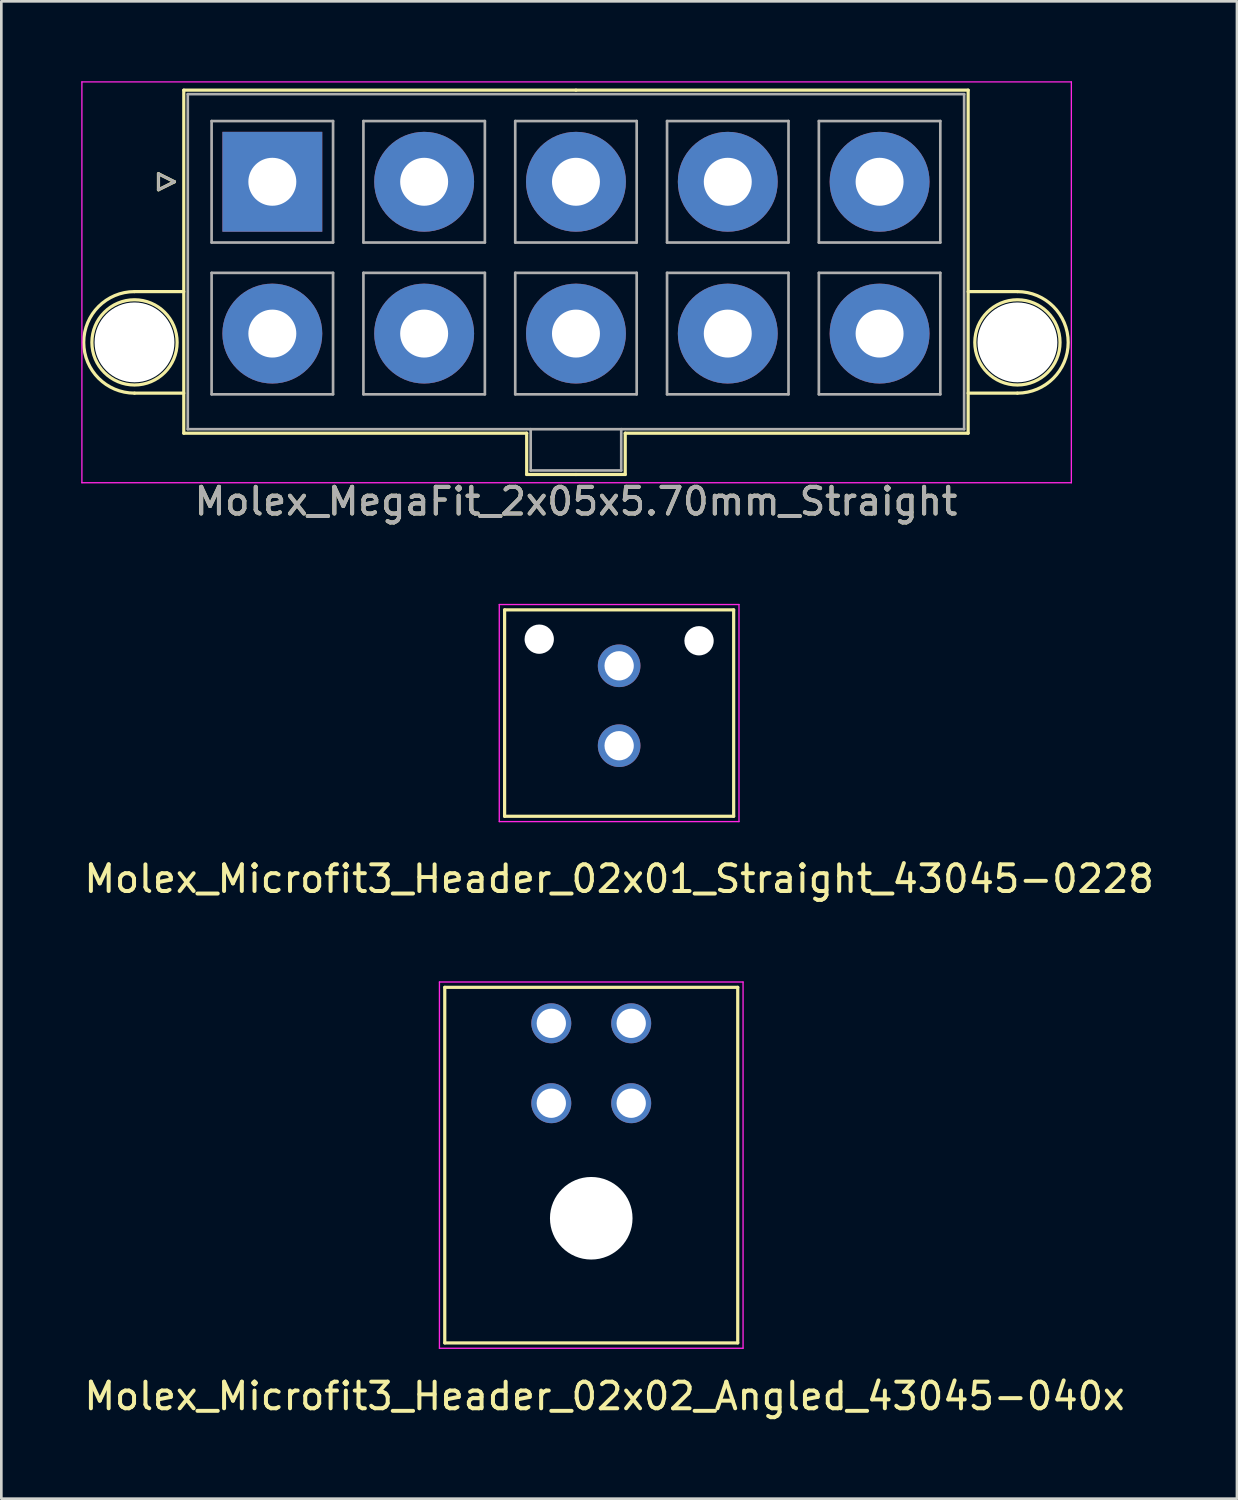
<source format=kicad_pcb>
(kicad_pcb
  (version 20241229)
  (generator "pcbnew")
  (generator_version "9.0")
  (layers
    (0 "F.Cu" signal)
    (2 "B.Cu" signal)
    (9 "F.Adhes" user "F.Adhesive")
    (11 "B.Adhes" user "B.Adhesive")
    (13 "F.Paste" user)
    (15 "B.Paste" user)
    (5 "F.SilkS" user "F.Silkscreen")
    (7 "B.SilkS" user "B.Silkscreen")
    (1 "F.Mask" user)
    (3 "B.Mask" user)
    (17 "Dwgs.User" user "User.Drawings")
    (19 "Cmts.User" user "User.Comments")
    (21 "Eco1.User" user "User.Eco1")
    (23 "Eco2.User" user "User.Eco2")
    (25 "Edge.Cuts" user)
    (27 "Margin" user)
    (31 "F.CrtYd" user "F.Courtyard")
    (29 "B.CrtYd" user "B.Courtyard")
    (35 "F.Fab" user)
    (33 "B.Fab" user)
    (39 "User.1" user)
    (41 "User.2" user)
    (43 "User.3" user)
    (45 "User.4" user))
  (footprint "Molex_Microfit3_Header_02x02_Angled_43045-040x"
    (layer "F.Cu")
    (at 20.649 38.371)
    (property "Reference" "Molex_Microfit3_Header_02x02_Angled_43045-040x" (at -1 11 0) (layer "F.SilkS") (effects (font (size 1 1) (thickness 0.15))))
    (attr through_hole)
    (fp_line (start -7 -4.35) (end 4 -4.35) (stroke (width 0.12) (type solid)) (layer "F.SilkS"))
    (fp_line (start -7 9) (end -7 -4.35) (stroke (width 0.12) (type solid)) (layer "F.SilkS"))
    (fp_line (start 4 -4.35) (end 4 9) (stroke (width 0.12) (type solid)) (layer "F.SilkS"))
    (fp_line (start 4 9) (end -7 9) (stroke (width 0.12) (type solid)) (layer "F.SilkS"))
    (fp_line (start -7.2 -4.55) (end -7.2 9.2) (stroke (width 0.05) (type solid)) (layer "F.CrtYd"))
    (fp_line (start -7.2 9.2) (end 4.2 9.2) (stroke (width 0.05) (type solid)) (layer "F.CrtYd"))
    (fp_line (start 4.2 -4.55) (end -7.2 -4.55) (stroke (width 0.05) (type solid)) (layer "F.CrtYd"))
    (fp_line (start 4.2 9.2) (end 4.2 -4.55) (stroke (width 0.05) (type solid)) (layer "F.CrtYd"))
    (pad "" np_thru_hole circle (at -1.5 4.32) (size 3.1 3.1) (drill 3.1) (layers "*.Cu" "*.Mask"))
    (pad "1" thru_hole circle (at 0 0) (size 1.5 1.5) (drill 1.1) (layers "*.Cu" "*.Mask"))
    (pad "2" thru_hole circle (at -3 0) (size 1.5 1.5) (drill 1.1) (layers "*.Cu" "*.Mask"))
    (pad "3" thru_hole circle (at 0 -3) (size 1.5 1.5) (drill 1.1) (layers "*.Cu" "*.Mask"))
    (pad "4" thru_hole circle (at -3 -3) (size 1.5 1.5) (drill 1.1) (layers "*.Cu" "*.Mask")))
  (footprint "Molex_MegaFit_2x05x5.70mm_Straight"
    (layer "F.Cu")
    (at 7.175 3.775)
    (property "Reference" "Molex_MegaFit_2x05x5.70mm_Straight" (at 11.4 12 0) (layer "F.SilkS") (effects (font (size 1 1) (thickness 0.15))))
    (attr through_hole)
    (fp_line (start -5.175 4.124) (end -3.325 4.124) (stroke (width 0.12) (type solid)) (layer "F.SilkS"))
    (fp_line (start -5.175 7.936) (end -3.325 7.936) (stroke (width 0.12) (type solid)) (layer "F.SilkS"))
    (fp_line (start -4.275 -0.3) (end -3.675 0) (stroke (width 0.12) (type solid)) (layer "F.SilkS"))
    (fp_line (start -4.275 0.3) (end -4.275 -0.3) (stroke (width 0.12) (type solid)) (layer "F.SilkS"))
    (fp_line (start -3.675 0) (end -4.275 0.3) (stroke (width 0.12) (type solid)) (layer "F.SilkS"))
    (fp_line (start -3.325 -3.44) (end -3.325 9.44) (stroke (width 0.12) (type solid)) (layer "F.SilkS"))
    (fp_line (start -3.325 9.44) (end 9.55 9.44) (stroke (width 0.12) (type solid)) (layer "F.SilkS"))
    (fp_line (start 9.55 9.44) (end 9.55 10.99) (stroke (width 0.12) (type solid)) (layer "F.SilkS"))
    (fp_line (start 9.55 10.99) (end 11.4 10.99) (stroke (width 0.12) (type solid)) (layer "F.SilkS"))
    (fp_line (start 11.4 -3.44) (end -3.325 -3.44) (stroke (width 0.12) (type solid)) (layer "F.SilkS"))
    (fp_line (start 11.4 -3.44) (end 26.125 -3.44) (stroke (width 0.12) (type solid)) (layer "F.SilkS"))
    (fp_line (start 13.25 9.44) (end 13.25 10.99) (stroke (width 0.12) (type solid)) (layer "F.SilkS"))
    (fp_line (start 13.25 10.99) (end 11.4 10.99) (stroke (width 0.12) (type solid)) (layer "F.SilkS"))
    (fp_line (start 26.125 -3.44) (end 26.125 9.44) (stroke (width 0.12) (type solid)) (layer "F.SilkS"))
    (fp_line (start 26.125 9.44) (end 13.25 9.44) (stroke (width 0.12) (type solid)) (layer "F.SilkS"))
    (fp_line (start 27.975 4.124) (end 26.125 4.124) (stroke (width 0.12) (type solid)) (layer "F.SilkS"))
    (fp_line (start 27.975 7.936) (end 26.125 7.936) (stroke (width 0.12) (type solid)) (layer "F.SilkS"))
    (fp_arc (start -5.175 7.93625) (mid -7.08125 6.03) (end -5.175 4.12375) (stroke (width 0.12) (type solid)) (layer "F.SilkS"))
    (fp_arc (start 27.975 4.12375) (mid 29.88125 6.03) (end 27.975 7.93625) (stroke (width 0.12) (type solid)) (layer "F.SilkS"))
    (fp_circle (center -5.175 6.03) (end -3.575 6.03) (stroke (width 0.12) (type solid)) (fill no) (layer "F.SilkS"))
    (fp_circle (center 27.975 6.03) (end 29.575 6.03) (stroke (width 0.12) (type solid)) (fill no) (layer "F.SilkS"))
    (fp_line (start -7.15 -3.75) (end -7.15 11.3) (stroke (width 0.05) (type solid)) (layer "F.CrtYd"))
    (fp_line (start -7.15 11.3) (end 30 11.3) (stroke (width 0.05) (type solid)) (layer "F.CrtYd"))
    (fp_line (start 30 -3.75) (end -7.15 -3.75) (stroke (width 0.05) (type solid)) (layer "F.CrtYd"))
    (fp_line (start 30 11.3) (end 30 -3.75) (stroke (width 0.05) (type solid)) (layer "F.CrtYd"))
    (fp_line (start -4.275 -0.3) (end -3.675 0) (stroke (width 0.1) (type solid)) (layer "F.Fab"))
    (fp_line (start -4.275 0.3) (end -4.275 -0.3) (stroke (width 0.1) (type solid)) (layer "F.Fab"))
    (fp_line (start -3.675 0) (end -4.275 0.3) (stroke (width 0.1) (type solid)) (layer "F.Fab"))
    (fp_line (start -3.175 -3.29) (end -3.175 9.29) (stroke (width 0.1) (type solid)) (layer "F.Fab"))
    (fp_line (start -3.175 9.29) (end 25.975 9.29) (stroke (width 0.1) (type solid)) (layer "F.Fab"))
    (fp_line (start -2.28 -2.28) (end -2.28 2.28) (stroke (width 0.1) (type solid)) (layer "F.Fab"))
    (fp_line (start -2.28 2.28) (end 2.28 2.28) (stroke (width 0.1) (type solid)) (layer "F.Fab"))
    (fp_line (start -2.28 3.42) (end -2.28 7.98) (stroke (width 0.1) (type solid)) (layer "F.Fab"))
    (fp_line (start -2.28 7.98) (end 2.28 7.98) (stroke (width 0.1) (type solid)) (layer "F.Fab"))
    (fp_line (start 2.28 -2.28) (end -2.28 -2.28) (stroke (width 0.1) (type solid)) (layer "F.Fab"))
    (fp_line (start 2.28 2.28) (end 2.28 -2.28) (stroke (width 0.1) (type solid)) (layer "F.Fab"))
    (fp_line (start 2.28 3.42) (end -2.28 3.42) (stroke (width 0.1) (type solid)) (layer "F.Fab"))
    (fp_line (start 2.28 7.98) (end 2.28 3.42) (stroke (width 0.1) (type solid)) (layer "F.Fab"))
    (fp_line (start 3.42 -2.28) (end 3.42 2.28) (stroke (width 0.1) (type solid)) (layer "F.Fab"))
    (fp_line (start 3.42 2.28) (end 7.98 2.28) (stroke (width 0.1) (type solid)) (layer "F.Fab"))
    (fp_line (start 3.42 3.42) (end 3.42 7.98) (stroke (width 0.1) (type solid)) (layer "F.Fab"))
    (fp_line (start 3.42 7.98) (end 7.98 7.98) (stroke (width 0.1) (type solid)) (layer "F.Fab"))
    (fp_line (start 7.98 -2.28) (end 3.42 -2.28) (stroke (width 0.1) (type solid)) (layer "F.Fab"))
    (fp_line (start 7.98 2.28) (end 7.98 -2.28) (stroke (width 0.1) (type solid)) (layer "F.Fab"))
    (fp_line (start 7.98 3.42) (end 3.42 3.42) (stroke (width 0.1) (type solid)) (layer "F.Fab"))
    (fp_line (start 7.98 7.98) (end 7.98 3.42) (stroke (width 0.1) (type solid)) (layer "F.Fab"))
    (fp_line (start 9.12 -2.28) (end 9.12 2.28) (stroke (width 0.1) (type solid)) (layer "F.Fab"))
    (fp_line (start 9.12 2.28) (end 13.68 2.28) (stroke (width 0.1) (type solid)) (layer "F.Fab"))
    (fp_line (start 9.12 3.42) (end 9.12 7.98) (stroke (width 0.1) (type solid)) (layer "F.Fab"))
    (fp_line (start 9.12 7.98) (end 13.68 7.98) (stroke (width 0.1) (type solid)) (layer "F.Fab"))
    (fp_line (start 9.7 9.29) (end 9.7 10.84) (stroke (width 0.1) (type solid)) (layer "F.Fab"))
    (fp_line (start 9.7 10.84) (end 13.1 10.84) (stroke (width 0.1) (type solid)) (layer "F.Fab"))
    (fp_line (start 13.1 10.84) (end 13.1 9.29) (stroke (width 0.1) (type solid)) (layer "F.Fab"))
    (fp_line (start 13.68 -2.28) (end 9.12 -2.28) (stroke (width 0.1) (type solid)) (layer "F.Fab"))
    (fp_line (start 13.68 2.28) (end 13.68 -2.28) (stroke (width 0.1) (type solid)) (layer "F.Fab"))
    (fp_line (start 13.68 3.42) (end 9.12 3.42) (stroke (width 0.1) (type solid)) (layer "F.Fab"))
    (fp_line (start 13.68 7.98) (end 13.68 3.42) (stroke (width 0.1) (type solid)) (layer "F.Fab"))
    (fp_line (start 14.82 -2.28) (end 14.82 2.28) (stroke (width 0.1) (type solid)) (layer "F.Fab"))
    (fp_line (start 14.82 2.28) (end 19.38 2.28) (stroke (width 0.1) (type solid)) (layer "F.Fab"))
    (fp_line (start 14.82 3.42) (end 14.82 7.98) (stroke (width 0.1) (type solid)) (layer "F.Fab"))
    (fp_line (start 14.82 7.98) (end 19.38 7.98) (stroke (width 0.1) (type solid)) (layer "F.Fab"))
    (fp_line (start 19.38 -2.28) (end 14.82 -2.28) (stroke (width 0.1) (type solid)) (layer "F.Fab"))
    (fp_line (start 19.38 2.28) (end 19.38 -2.28) (stroke (width 0.1) (type solid)) (layer "F.Fab"))
    (fp_line (start 19.38 3.42) (end 14.82 3.42) (stroke (width 0.1) (type solid)) (layer "F.Fab"))
    (fp_line (start 19.38 7.98) (end 19.38 3.42) (stroke (width 0.1) (type solid)) (layer "F.Fab"))
    (fp_line (start 20.52 -2.28) (end 20.52 2.28) (stroke (width 0.1) (type solid)) (layer "F.Fab"))
    (fp_line (start 20.52 2.28) (end 25.08 2.28) (stroke (width 0.1) (type solid)) (layer "F.Fab"))
    (fp_line (start 20.52 3.42) (end 20.52 7.98) (stroke (width 0.1) (type solid)) (layer "F.Fab"))
    (fp_line (start 20.52 7.98) (end 25.08 7.98) (stroke (width 0.1) (type solid)) (layer "F.Fab"))
    (fp_line (start 25.08 -2.28) (end 20.52 -2.28) (stroke (width 0.1) (type solid)) (layer "F.Fab"))
    (fp_line (start 25.08 2.28) (end 25.08 -2.28) (stroke (width 0.1) (type solid)) (layer "F.Fab"))
    (fp_line (start 25.08 3.42) (end 20.52 3.42) (stroke (width 0.1) (type solid)) (layer "F.Fab"))
    (fp_line (start 25.08 7.98) (end 25.08 3.42) (stroke (width 0.1) (type solid)) (layer "F.Fab"))
    (fp_line (start 25.975 -3.29) (end -3.175 -3.29) (stroke (width 0.1) (type solid)) (layer "F.Fab"))
    (fp_line (start 25.975 9.29) (end 25.975 -3.29) (stroke (width 0.1) (type solid)) (layer "F.Fab"))
    (fp_text user "${REFERENCE}" (at 11.4 12 0) (layer "F.Fab") (effects (font (size 1 1) (thickness 0.15))))
    (pad "" np_thru_hole circle (at -5.175 6.03) (size 3 3) (drill 3) (layers "*.Cu" "*.Mask"))
    (pad "" np_thru_hole circle (at 27.975 6.03) (size 3 3) (drill 3) (layers "*.Cu" "*.Mask"))
    (pad "1" thru_hole rect (at 0 0) (size 3.75 3.75) (drill 1.8) (layers "*.Cu" "*.Mask"))
    (pad "2" thru_hole circle (at 5.7 0) (size 3.75 3.75) (drill 1.8) (layers "*.Cu" "*.Mask"))
    (pad "3" thru_hole circle (at 11.4 0) (size 3.75 3.75) (drill 1.8) (layers "*.Cu" "*.Mask"))
    (pad "4" thru_hole circle (at 17.1 0) (size 3.75 3.75) (drill 1.8) (layers "*.Cu" "*.Mask"))
    (pad "5" thru_hole circle (at 22.8 0) (size 3.75 3.75) (drill 1.8) (layers "*.Cu" "*.Mask"))
    (pad "6" thru_hole circle (at 0 5.7) (size 3.75 3.75) (drill 1.8) (layers "*.Cu" "*.Mask"))
    (pad "7" thru_hole circle (at 5.7 5.7) (size 3.75 3.75) (drill 1.8) (layers "*.Cu" "*.Mask"))
    (pad "8" thru_hole circle (at 11.4 5.7) (size 3.75 3.75) (drill 1.8) (layers "*.Cu" "*.Mask"))
    (pad "9" thru_hole circle (at 17.1 5.7) (size 3.75 3.75) (drill 1.8) (layers "*.Cu" "*.Mask"))
    (pad "10" thru_hole circle (at 22.8 5.7) (size 3.75 3.75) (drill 1.8) (layers "*.Cu" "*.Mask")))
  (footprint "Molex_Microfit3_Header_02x01_Straight_43045-0228"
    (layer "F.Cu")
    (at 20.196 24.948)
    (property "Reference" "Molex_Microfit3_Header_02x01_Straight_43045-0228" (at 0 5 0) (layer "F.SilkS") (effects (font (size 1 1) (thickness 0.15))))
    (attr through_hole)
    (fp_line (start -4.3 2.65) (end -4.3 -5.1) (stroke (width 0.12) (type solid)) (layer "F.SilkS"))
    (fp_line (start 4.3 -5.1) (end -4.3 -5.1) (stroke (width 0.12) (type solid)) (layer "F.SilkS"))
    (fp_line (start 4.3 2.65) (end -4.3 2.65) (stroke (width 0.12) (type solid)) (layer "F.SilkS"))
    (fp_line (start 4.3 2.65) (end 4.3 -5.1) (stroke (width 0.12) (type solid)) (layer "F.SilkS"))
    (fp_line (start -4.5 2.85) (end -4.5 -5.3) (stroke (width 0.05) (type solid)) (layer "F.CrtYd"))
    (fp_line (start 4.5 -5.3) (end -4.5 -5.3) (stroke (width 0.05) (type solid)) (layer "F.CrtYd"))
    (fp_line (start 4.5 2.85) (end -4.5 2.85) (stroke (width 0.05) (type solid)) (layer "F.CrtYd"))
    (fp_line (start 4.5 2.85) (end 4.5 -5.3) (stroke (width 0.05) (type solid)) (layer "F.CrtYd"))
    (pad "" np_thru_hole circle (at -3 -4) (size 1.1 1.1) (drill 1.1) (layers "*.Cu" "*.Mask"))
    (pad "" np_thru_hole circle (at 3 -3.94) (size 1.1 1.1) (drill 1.1) (layers "*.Cu" "*.Mask"))
    (pad "1" thru_hole circle (at 0 0) (size 1.6 1.6) (drill 1.1) (layers "*.Cu" "*.Mask"))
    (pad "2" thru_hole circle (at 0 -3) (size 1.6 1.6) (drill 1.1) (layers "*.Cu" "*.Mask")))
  (gr_rect
    (start -3 -3)
    (end 43.393 53.22)
    (stroke (width 0.1) (type default))
    (fill no)
    (layer "Edge.Cuts")))
</source>
